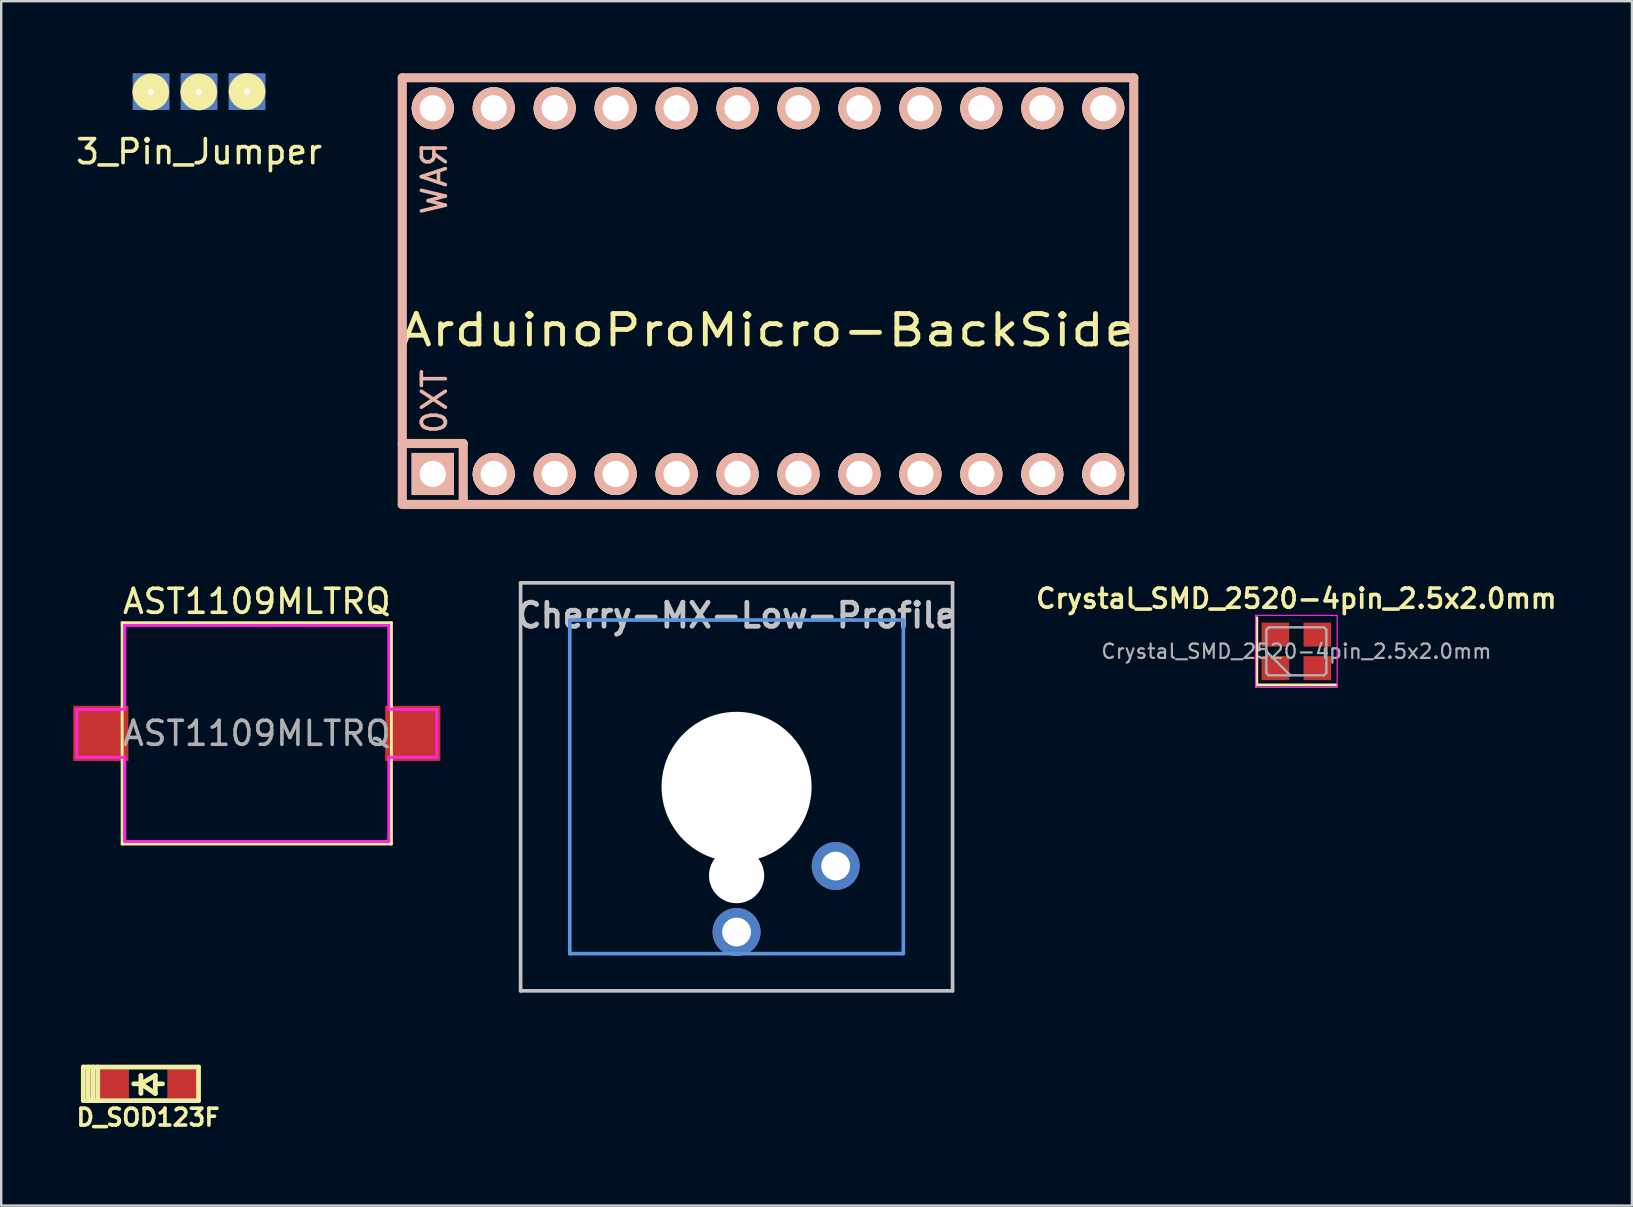
<source format=kicad_pcb>
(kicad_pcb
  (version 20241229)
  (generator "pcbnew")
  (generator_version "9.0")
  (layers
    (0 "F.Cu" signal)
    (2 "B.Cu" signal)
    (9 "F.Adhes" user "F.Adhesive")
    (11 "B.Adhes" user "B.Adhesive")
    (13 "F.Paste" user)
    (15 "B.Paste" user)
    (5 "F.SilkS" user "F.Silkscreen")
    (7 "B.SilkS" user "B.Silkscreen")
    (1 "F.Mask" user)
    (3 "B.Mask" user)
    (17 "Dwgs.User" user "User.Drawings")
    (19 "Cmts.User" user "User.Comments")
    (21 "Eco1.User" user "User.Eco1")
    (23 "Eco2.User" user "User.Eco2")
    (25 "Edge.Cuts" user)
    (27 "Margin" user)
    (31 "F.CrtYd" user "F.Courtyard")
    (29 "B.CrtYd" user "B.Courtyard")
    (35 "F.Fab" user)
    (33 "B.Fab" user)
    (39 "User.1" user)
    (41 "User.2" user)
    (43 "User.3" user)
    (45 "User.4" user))
  (footprint "Crystal_SMD_2520-4pin_2.5x2.0mm"
    (layer "F.Cu")
    (at 50.969 24.092)
    (property "Reference" "Crystal_SMD_2520-4pin_2.5x2.0mm" (at 0 -2.2 0) (layer "F.SilkS") (effects (font (size 0.8 0.8) (thickness 0.15))))
    (attr smd)
    (fp_line (start -1.65 -1.4) (end -1.65 1.4) (stroke (width 0.12) (type solid)) (layer "F.SilkS"))
    (fp_line (start -1.65 1.4) (end 1.65 1.4) (stroke (width 0.12) (type solid)) (layer "F.SilkS"))
    (fp_line (start -1.7 -1.5) (end -1.7 1.5) (stroke (width 0.05) (type solid)) (layer "F.CrtYd"))
    (fp_line (start -1.7 1.5) (end 1.7 1.5) (stroke (width 0.05) (type solid)) (layer "F.CrtYd"))
    (fp_line (start 1.7 -1.5) (end -1.7 -1.5) (stroke (width 0.05) (type solid)) (layer "F.CrtYd"))
    (fp_line (start 1.7 1.5) (end 1.7 -1.5) (stroke (width 0.05) (type solid)) (layer "F.CrtYd"))
    (fp_line (start -1.25 -0.9) (end -1.15 -1) (stroke (width 0.1) (type solid)) (layer "F.Fab"))
    (fp_line (start -1.25 0) (end -0.25 1) (stroke (width 0.1) (type solid)) (layer "F.Fab"))
    (fp_line (start -1.25 0.9) (end -1.25 -0.9) (stroke (width 0.1) (type solid)) (layer "F.Fab"))
    (fp_line (start -1.15 -1) (end 1.15 -1) (stroke (width 0.1) (type solid)) (layer "F.Fab"))
    (fp_line (start -1.15 1) (end -1.25 0.9) (stroke (width 0.1) (type solid)) (layer "F.Fab"))
    (fp_line (start 1.15 -1) (end 1.25 -0.9) (stroke (width 0.1) (type solid)) (layer "F.Fab"))
    (fp_line (start 1.15 1) (end -1.15 1) (stroke (width 0.1) (type solid)) (layer "F.Fab"))
    (fp_line (start 1.25 -0.9) (end 1.25 0.9) (stroke (width 0.1) (type solid)) (layer "F.Fab"))
    (fp_line (start 1.25 0.9) (end 1.15 1) (stroke (width 0.1) (type solid)) (layer "F.Fab"))
    (fp_text user "${REFERENCE}" (at 0 0 0) (layer "F.Fab") (effects (font (size 0.6 0.6) (thickness 0.09))))
    (pad "1" smd rect (at -0.875 0.7) (size 1.15 1) (layers "F.Cu" "F.Mask" "F.Paste"))
    (pad "2" smd rect (at 0.875 0.7) (size 1.15 1) (layers "F.Cu" "F.Mask" "F.Paste"))
    (pad "3" smd rect (at 0.875 -0.7) (size 1.15 1) (layers "F.Cu" "F.Mask" "F.Paste"))
    (pad "4" smd rect (at -0.875 -0.7) (size 1.15 1) (layers "F.Cu" "F.Mask" "F.Paste")))
  (footprint "ArduinoProMicro-BackSide"
    (layer "F.Cu")
    (at 28.953 9.081)
    (property "Reference" "ArduinoProMicro-BackSide" (at 0 1.625 0) (layer "F.SilkS") (effects (font (size 1.27 1.524) (thickness 0.203))))
    (attr through_hole)
    (fp_line (start -15.24 -8.89) (end -15.24 8.89) (stroke (width 0.381) (type solid)) (layer "B.SilkS"))
    (fp_line (start -15.24 6.35) (end -12.7 6.35) (stroke (width 0.381) (type solid)) (layer "B.SilkS"))
    (fp_line (start -15.24 8.89) (end 15.24 8.89) (stroke (width 0.381) (type solid)) (layer "B.SilkS"))
    (fp_line (start -12.7 6.35) (end -12.7 8.89) (stroke (width 0.381) (type solid)) (layer "B.SilkS"))
    (fp_line (start 15.24 -8.89) (end -15.24 -8.89) (stroke (width 0.381) (type solid)) (layer "B.SilkS"))
    (fp_line (start 15.24 8.89) (end 15.24 -8.89) (stroke (width 0.381) (type solid)) (layer "B.SilkS"))
    (fp_text user "RAW" (at -13.9 -4.7 90) (layer "B.SilkS") (effects (font (size 1 1) (thickness 0.15)) (justify mirror)))
    (fp_text user "TX0" (at -13.9 4.6 90) (layer "B.SilkS") (effects (font (size 1 1) (thickness 0.15)) (justify mirror)))
    (pad "1" thru_hole rect (at -13.97 7.62) (size 1.753 1.753) (drill 1.092) (layers "*.Cu" "*.SilkS" "*.Mask"))
    (pad "2" thru_hole circle (at -11.43 7.62) (size 1.753 1.753) (drill 1.092) (layers "*.Cu" "*.SilkS" "*.Mask"))
    (pad "3" thru_hole circle (at -8.89 7.62) (size 1.753 1.753) (drill 1.092) (layers "*.Cu" "*.SilkS" "*.Mask"))
    (pad "4" thru_hole circle (at -6.35 7.62) (size 1.753 1.753) (drill 1.092) (layers "*.Cu" "*.SilkS" "*.Mask"))
    (pad "5" thru_hole circle (at -3.81 7.62) (size 1.753 1.753) (drill 1.092) (layers "*.Cu" "*.SilkS" "*.Mask"))
    (pad "6" thru_hole circle (at -1.27 7.62) (size 1.753 1.753) (drill 1.092) (layers "*.Cu" "*.SilkS" "*.Mask"))
    (pad "7" thru_hole circle (at 1.27 7.62) (size 1.753 1.753) (drill 1.092) (layers "*.Cu" "*.SilkS" "*.Mask"))
    (pad "8" thru_hole circle (at 3.81 7.62) (size 1.753 1.753) (drill 1.092) (layers "*.Cu" "*.SilkS" "*.Mask"))
    (pad "9" thru_hole circle (at 6.35 7.62) (size 1.753 1.753) (drill 1.092) (layers "*.Cu" "*.SilkS" "*.Mask"))
    (pad "10" thru_hole circle (at 8.89 7.62) (size 1.753 1.753) (drill 1.092) (layers "*.Cu" "*.SilkS" "*.Mask"))
    (pad "11" thru_hole circle (at 11.43 7.62) (size 1.753 1.753) (drill 1.092) (layers "*.Cu" "*.SilkS" "*.Mask"))
    (pad "12" thru_hole circle (at 13.97 7.62) (size 1.753 1.753) (drill 1.092) (layers "*.Cu" "*.SilkS" "*.Mask"))
    (pad "13" thru_hole circle (at 13.97 -7.62) (size 1.753 1.753) (drill 1.092) (layers "*.Cu" "*.SilkS" "*.Mask"))
    (pad "14" thru_hole circle (at 11.43 -7.62) (size 1.753 1.753) (drill 1.092) (layers "*.Cu" "*.SilkS" "*.Mask"))
    (pad "15" thru_hole circle (at 8.89 -7.62) (size 1.753 1.753) (drill 1.092) (layers "*.Cu" "*.SilkS" "*.Mask"))
    (pad "16" thru_hole circle (at 6.35 -7.62) (size 1.753 1.753) (drill 1.092) (layers "*.Cu" "*.SilkS" "*.Mask"))
    (pad "17" thru_hole circle (at 3.81 -7.62) (size 1.753 1.753) (drill 1.092) (layers "*.Cu" "*.SilkS" "*.Mask"))
    (pad "18" thru_hole circle (at 1.27 -7.62) (size 1.753 1.753) (drill 1.092) (layers "*.Cu" "*.SilkS" "*.Mask"))
    (pad "19" thru_hole circle (at -1.27 -7.62) (size 1.753 1.753) (drill 1.092) (layers "*.Cu" "*.SilkS" "*.Mask"))
    (pad "20" thru_hole circle (at -3.81 -7.62) (size 1.753 1.753) (drill 1.092) (layers "*.Cu" "*.SilkS" "*.Mask"))
    (pad "21" thru_hole circle (at -6.35 -7.62) (size 1.753 1.753) (drill 1.092) (layers "*.Cu" "*.SilkS" "*.Mask"))
    (pad "22" thru_hole circle (at -8.89 -7.62) (size 1.753 1.753) (drill 1.092) (layers "*.Cu" "*.SilkS" "*.Mask"))
    (pad "23" thru_hole circle (at -11.43 -7.62) (size 1.753 1.753) (drill 1.092) (layers "*.Cu" "*.SilkS" "*.Mask"))
    (pad "24" thru_hole circle (at -13.97 -7.62) (size 1.753 1.753) (drill 1.092) (layers "*.Cu" "*.SilkS" "*.Mask")))
  (footprint "3_Pin_Jumper"
    (layer "F.Cu")
    (at 5.244 2.772)
    (property "Reference" "3_Pin_Jumper" (at 0 0.5 0) (layer "F.SilkS") (effects (font (size 1 1) (thickness 0.15))))
    (attr through_hole)
    (pad "1" thru_hole circle (at -2.01 -1.99) (size 1.524 1.524) (drill 0.25) (layers "*.Cu" "*.Mask" "F.SilkS"))
    (pad "1" smd rect (at -2 -2) (size 1.524 1.524) (layers "F.Cu" "F.Mask" "F.Paste"))
    (pad "1" smd rect (at -2 -2) (size 1.524 1.524) (layers "F.Mask" "B.Cu" "F.Paste"))
    (pad "2" thru_hole circle (at -0.01 -1.99) (size 1.524 1.524) (drill 0.25) (layers "*.Cu" "*.Mask" "F.SilkS"))
    (pad "2" smd rect (at 0 -2) (size 1.524 1.524) (layers "F.Cu" "F.Mask" "F.Paste"))
    (pad "2" smd rect (at 0 -2) (size 1.524 1.524) (layers "F.Mask" "B.Cu" "F.Paste"))
    (pad "3" thru_hole circle (at 2 -2.01) (size 1.524 1.524) (drill 0.25) (layers "*.Cu" "*.Mask" "F.SilkS"))
    (pad "3" smd rect (at 2 -2) (size 1.524 1.524) (layers "F.Cu" "F.Mask" "F.Paste"))
    (pad "3" smd rect (at 2 -2) (size 1.524 1.524) (layers "F.Mask" "B.Cu" "F.Paste")))
  (footprint "AST1109MLTRQ"
    (layer "F.Cu")
    (at 7.65 27.509)
    (property "Reference" "AST1109MLTRQ" (at 0 -5.5 0) (layer "F.SilkS") (effects (font (size 1 1) (thickness 0.15))))
    (attr smd)
    (fp_line (start -5.61 -4.61) (end 5.61 -4.61) (stroke (width 0.12) (type solid)) (layer "F.SilkS"))
    (fp_line (start -5.61 4.61) (end -5.61 -4.61) (stroke (width 0.12) (type solid)) (layer "F.SilkS"))
    (fp_line (start 5.61 -4.61) (end 5.61 4.61) (stroke (width 0.12) (type solid)) (layer "F.SilkS"))
    (fp_line (start 5.61 4.61) (end -5.61 4.61) (stroke (width 0.12) (type solid)) (layer "F.SilkS"))
    (fp_line (start -7.5 -1) (end -7.5 1) (stroke (width 0.12) (type solid)) (layer "F.CrtYd"))
    (fp_line (start -7.5 1) (end -5.5 1) (stroke (width 0.12) (type solid)) (layer "F.CrtYd"))
    (fp_line (start -5.5 -1) (end -7.5 -1) (stroke (width 0.12) (type solid)) (layer "F.CrtYd"))
    (fp_line (start -5.5 -1) (end -5.5 -4.5) (stroke (width 0.12) (type solid)) (layer "F.CrtYd"))
    (fp_line (start -5.5 1) (end -5.5 4.5) (stroke (width 0.12) (type solid)) (layer "F.CrtYd"))
    (fp_line (start 5.5 -4.5) (end -5.5 -4.5) (stroke (width 0.12) (type solid)) (layer "F.CrtYd"))
    (fp_line (start 5.5 -1) (end 5.5 -4.5) (stroke (width 0.12) (type solid)) (layer "F.CrtYd"))
    (fp_line (start 5.5 1) (end 7.5 1) (stroke (width 0.12) (type solid)) (layer "F.CrtYd"))
    (fp_line (start 5.5 4.5) (end -5.5 4.5) (stroke (width 0.12) (type solid)) (layer "F.CrtYd"))
    (fp_line (start 5.5 4.5) (end 5.5 1) (stroke (width 0.12) (type solid)) (layer "F.CrtYd"))
    (fp_line (start 7.5 -1) (end 5.5 -1) (stroke (width 0.12) (type solid)) (layer "F.CrtYd"))
    (fp_line (start 7.5 1) (end 7.5 -1) (stroke (width 0.12) (type solid)) (layer "F.CrtYd"))
    (fp_text user "${REFERENCE}" (at 0 0 0) (layer "F.Fab") (effects (font (size 1 1) (thickness 0.15))))
    (pad "1" smd rect (at -6.5 0) (size 2.3 2.3) (layers "F.Cu" "F.Mask" "F.Paste"))
    (pad "2" smd rect (at 6.5 0) (size 2.3 2.3) (layers "F.Cu" "F.Mask" "F.Paste")))
  (footprint "Cherry-MX-Low-Profile"
    (layer "F.Cu")
    (at 27.643 29.737)
    (property "Reference" "Cherry-MX-Low-Profile" (at 0 -7.144 180) (layer "Dwgs.User") (effects (font (size 1 1) (thickness 0.2))))
    (attr through_hole)
    (fp_line (start -9 -8.5) (end 9 -8.5) (stroke (width 0.152) (type solid)) (layer "Dwgs.User"))
    (fp_line (start -9 8.5) (end -9 -8.5) (stroke (width 0.152) (type solid)) (layer "Dwgs.User"))
    (fp_line (start 9 -8.5) (end 9 8.5) (stroke (width 0.152) (type solid)) (layer "Dwgs.User"))
    (fp_line (start 9 8.5) (end -9 8.5) (stroke (width 0.152) (type solid)) (layer "Dwgs.User"))
    (fp_line (start -6.95 -6.95) (end 6.95 -6.95) (stroke (width 0.152) (type solid)) (layer "Cmts.User"))
    (fp_line (start -6.95 6.95) (end -6.95 -6.95) (stroke (width 0.152) (type solid)) (layer "Cmts.User"))
    (fp_line (start 6.95 -6.95) (end 6.95 6.95) (stroke (width 0.152) (type solid)) (layer "Cmts.User"))
    (fp_line (start 6.95 6.95) (end -6.95 6.95) (stroke (width 0.152) (type solid)) (layer "Cmts.User"))
    (fp_line (start -7.5 -7.5) (end 7.5 -7.5) (stroke (width 0.152) (type solid)) (layer "Eco2.User"))
    (fp_line (start -7.5 7.5) (end -7.5 -7.5) (stroke (width 0.152) (type solid)) (layer "Eco2.User"))
    (fp_line (start 7.5 -7.5) (end 7.5 7.5) (stroke (width 0.152) (type solid)) (layer "Eco2.User"))
    (fp_line (start 7.5 7.5) (end -7.5 7.5) (stroke (width 0.152) (type solid)) (layer "Eco2.User"))
    (pad "" np_thru_hole circle (at 0 0 180) (size 6.25 6.25) (drill 6.25) (layers "*.Cu" "*.Mask"))
    (pad "" np_thru_hole circle (at 0 3.7 180) (size 2.3 2.3) (drill 2.3) (layers "*.Cu" "*.Mask"))
    (pad "1" thru_hole circle (at 0 6.05 180) (size 2 2) (drill 1.2) (layers "*.Cu" "*.Mask"))
    (pad "2" thru_hole circle (at 4.13 3.3 41.9) (size 2 2) (drill 1.2) (layers "*.Cu" "*.Mask")))
  (footprint "D_SOD123F"
    (layer "F.Cu")
    (at 3.122 42.113)
    (property "Reference" "D_SOD123F" (at 0 1.4 0) (layer "F.SilkS") (effects (font (size 0.7 0.7) (thickness 0.15))))
    (attr smd)
    (fp_line (start -2.7 -0.7) (end -2.7 0.7) (stroke (width 0.2) (type solid)) (layer "F.SilkS"))
    (fp_line (start -2.7 -0.7) (end 2.1 -0.7) (stroke (width 0.2) (type solid)) (layer "F.SilkS"))
    (fp_line (start -2.7 0.7) (end 2.1 0.7) (stroke (width 0.2) (type solid)) (layer "F.SilkS"))
    (fp_line (start -2.5 -0.7) (end -2.5 0.7) (stroke (width 0.2) (type solid)) (layer "F.SilkS"))
    (fp_line (start -2.3 -0.7) (end -2.3 0.7) (stroke (width 0.2) (type solid)) (layer "F.SilkS"))
    (fp_line (start -2.1 -0.7) (end -2.1 0.7) (stroke (width 0.2) (type solid)) (layer "F.SilkS"))
    (fp_line (start -0.3 -0.35) (end -0.3 0.4) (stroke (width 0.2) (type solid)) (layer "F.SilkS"))
    (fp_line (start -0.3 0) (end -0.6 0) (stroke (width 0.2) (type solid)) (layer "F.SilkS"))
    (fp_line (start -0.3 0) (end 0.3 -0.35) (stroke (width 0.2) (type solid)) (layer "F.SilkS"))
    (fp_line (start 0.3 -0.35) (end 0.3 0.4) (stroke (width 0.2) (type solid)) (layer "F.SilkS"))
    (fp_line (start 0.3 0) (end 0.6 0) (stroke (width 0.2) (type solid)) (layer "F.SilkS"))
    (fp_line (start 0.3 0.4) (end -0.3 0) (stroke (width 0.2) (type solid)) (layer "F.SilkS"))
    (fp_line (start 2.1 -0.7) (end 2.1 0.7) (stroke (width 0.2) (type solid)) (layer "F.SilkS"))
    (pad "1" smd rect (at -1.4 0) (size 1.2 1.2) (layers "F.Cu" "F.Mask" "F.Paste"))
    (pad "2" smd rect (at 1.4 0) (size 1.2 1.2) (layers "F.Cu" "F.Mask" "F.Paste")))
  (gr_rect
    (start -3 -3)
    (end 64.952 47.186)
    (stroke (width 0.1) (type default))
    (fill no)
    (layer "Edge.Cuts")))
</source>
